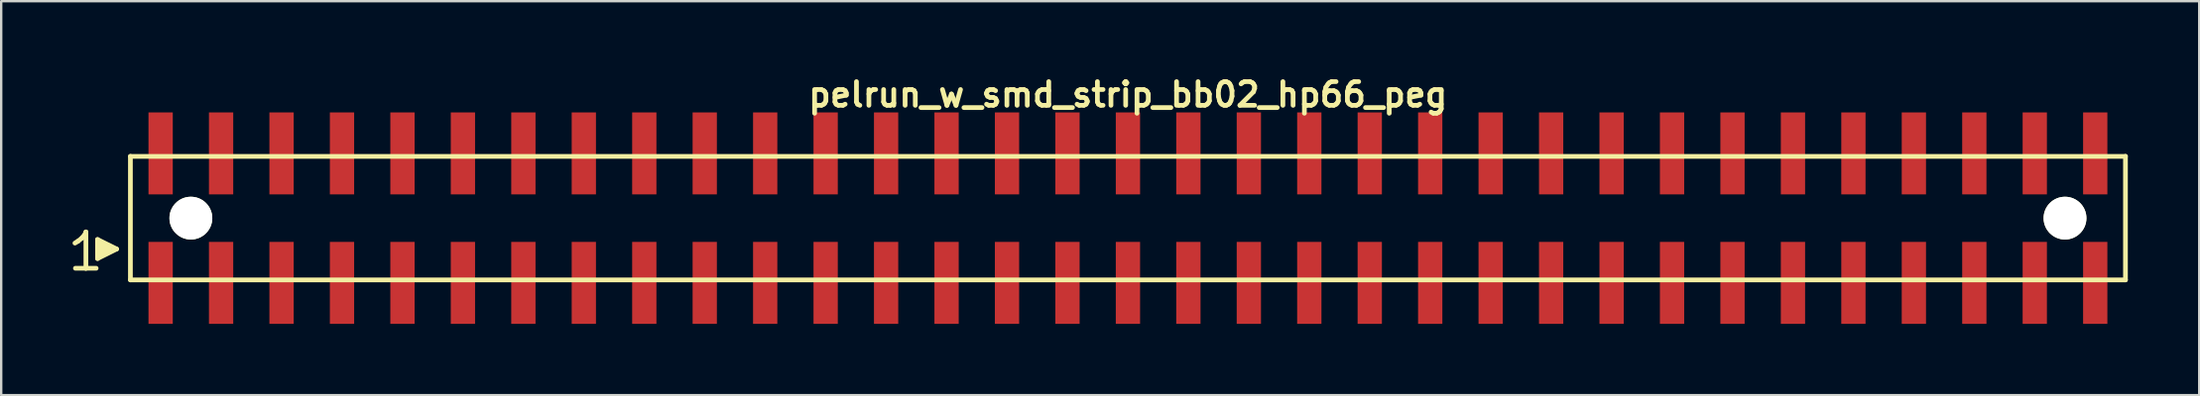
<source format=kicad_pcb>
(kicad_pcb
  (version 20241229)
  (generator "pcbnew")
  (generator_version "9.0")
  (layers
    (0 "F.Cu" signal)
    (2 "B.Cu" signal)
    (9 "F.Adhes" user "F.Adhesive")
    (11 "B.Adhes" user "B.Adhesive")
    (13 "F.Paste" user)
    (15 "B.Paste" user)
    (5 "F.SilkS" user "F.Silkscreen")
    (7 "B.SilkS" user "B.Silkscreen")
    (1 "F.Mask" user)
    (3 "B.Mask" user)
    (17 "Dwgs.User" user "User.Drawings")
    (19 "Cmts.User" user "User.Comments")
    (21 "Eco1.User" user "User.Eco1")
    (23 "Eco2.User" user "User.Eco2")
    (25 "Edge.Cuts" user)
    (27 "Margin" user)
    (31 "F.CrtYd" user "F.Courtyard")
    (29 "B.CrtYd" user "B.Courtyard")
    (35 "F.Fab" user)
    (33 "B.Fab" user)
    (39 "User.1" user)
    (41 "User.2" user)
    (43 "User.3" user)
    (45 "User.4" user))
  (footprint "pelrun_w_smd_strip_bb02_hp66_peg"
    (layer "F.Cu")
    (at 44.339 6.132)
    (property "Reference" "pelrun_w_smd_strip_bb02_hp66_peg" (at 0 -5.2 0) (layer "F.SilkS") (effects (font (size 0.998 0.998) (thickness 0.198))))
    (attr through_hole)
    (fp_line (start -44.24 1.05) (end -44.11 0.97) (stroke (width 0.198) (type solid)) (layer "F.SilkS"))
    (fp_line (start -44.11 0.97) (end -43.95 0.84) (stroke (width 0.198) (type solid)) (layer "F.SilkS"))
    (fp_line (start -43.95 0.84) (end -43.81 0.67) (stroke (width 0.198) (type solid)) (layer "F.SilkS"))
    (fp_line (start -43.81 0.67) (end -43.78 0.58) (stroke (width 0.198) (type solid)) (layer "F.SilkS"))
    (fp_line (start -43.78 0.58) (end -43.78 2.11) (stroke (width 0.198) (type solid)) (layer "F.SilkS"))
    (fp_line (start -43.78 2.11) (end -44.22 2.11) (stroke (width 0.198) (type solid)) (layer "F.SilkS"))
    (fp_line (start -43.35 2.11) (end -43.79 2.11) (stroke (width 0.198) (type solid)) (layer "F.SilkS"))
    (fp_line (start -43.29 0.9) (end -42.49 1.3) (stroke (width 0.198) (type solid)) (layer "F.SilkS"))
    (fp_line (start -43.29 1.7) (end -43.29 0.9) (stroke (width 0.198) (type solid)) (layer "F.SilkS"))
    (fp_line (start -43.19 1.6) (end -43.19 1) (stroke (width 0.198) (type solid)) (layer "F.SilkS"))
    (fp_line (start -43.09 1.1) (end -43.09 1.5) (stroke (width 0.198) (type solid)) (layer "F.SilkS"))
    (fp_line (start -42.99 1.5) (end -42.99 1.1) (stroke (width 0.198) (type solid)) (layer "F.SilkS"))
    (fp_line (start -42.89 1.2) (end -42.89 1.4) (stroke (width 0.198) (type solid)) (layer "F.SilkS"))
    (fp_line (start -42.79 1.4) (end -42.79 1.2) (stroke (width 0.198) (type solid)) (layer "F.SilkS"))
    (fp_line (start -42.49 1.3) (end -43.29 1.7) (stroke (width 0.198) (type solid)) (layer "F.SilkS"))
    (fp_line (start -41.91 -2.6) (end -41.91 2.6) (stroke (width 0.198) (type solid)) (layer "F.SilkS"))
    (fp_line (start -41.91 -2.6) (end 41.91 -2.6) (stroke (width 0.198) (type solid)) (layer "F.SilkS"))
    (fp_line (start 41.91 2.6) (end -41.91 2.6) (stroke (width 0.198) (type solid)) (layer "F.SilkS"))
    (fp_line (start 41.91 2.6) (end 41.91 -2.6) (stroke (width 0.198) (type solid)) (layer "F.SilkS"))
    (pad "" np_thru_hole circle (at -39.37 0) (size 1.8 1.8) (drill 1.8) (layers "*.Cu" "*.Mask" "F.SilkS"))
    (pad "" np_thru_hole circle (at 39.37 0) (size 1.8 1.8) (drill 1.8) (layers "*.Cu" "*.Mask" "F.SilkS"))
    (pad "1" smd rect (at -40.64 2.725) (size 1.02 3.45) (layers "F.Cu" "F.Mask" "F.Paste"))
    (pad "2" smd rect (at -40.64 -2.725) (size 1.02 3.45) (layers "F.Cu" "F.Mask" "F.Paste"))
    (pad "3" smd rect (at -38.1 2.725) (size 1.02 3.45) (layers "F.Cu" "F.Mask" "F.Paste"))
    (pad "4" smd rect (at -38.1 -2.725) (size 1.02 3.45) (layers "F.Cu" "F.Mask" "F.Paste"))
    (pad "5" smd rect (at -35.56 2.725) (size 1.02 3.45) (layers "F.Cu" "F.Mask" "F.Paste"))
    (pad "6" smd rect (at -35.56 -2.725) (size 1.02 3.45) (layers "F.Cu" "F.Mask" "F.Paste"))
    (pad "7" smd rect (at -33.02 2.725) (size 1.02 3.45) (layers "F.Cu" "F.Mask" "F.Paste"))
    (pad "8" smd rect (at -33.02 -2.725) (size 1.02 3.45) (layers "F.Cu" "F.Mask" "F.Paste"))
    (pad "9" smd rect (at -30.48 2.725) (size 1.02 3.45) (layers "F.Cu" "F.Mask" "F.Paste"))
    (pad "10" smd rect (at -30.48 -2.725) (size 1.02 3.45) (layers "F.Cu" "F.Mask" "F.Paste"))
    (pad "11" smd rect (at -27.94 2.725) (size 1.02 3.45) (layers "F.Cu" "F.Mask" "F.Paste"))
    (pad "12" smd rect (at -27.94 -2.725) (size 1.02 3.45) (layers "F.Cu" "F.Mask" "F.Paste"))
    (pad "13" smd rect (at -25.4 2.725) (size 1.02 3.45) (layers "F.Cu" "F.Mask" "F.Paste"))
    (pad "14" smd rect (at -25.4 -2.725) (size 1.02 3.45) (layers "F.Cu" "F.Mask" "F.Paste"))
    (pad "15" smd rect (at -22.86 2.725) (size 1.02 3.45) (layers "F.Cu" "F.Mask" "F.Paste"))
    (pad "16" smd rect (at -22.86 -2.725) (size 1.02 3.45) (layers "F.Cu" "F.Mask" "F.Paste"))
    (pad "17" smd rect (at -20.32 2.725) (size 1.02 3.45) (layers "F.Cu" "F.Mask" "F.Paste"))
    (pad "18" smd rect (at -20.32 -2.725) (size 1.02 3.45) (layers "F.Cu" "F.Mask" "F.Paste"))
    (pad "19" smd rect (at -17.78 2.725) (size 1.02 3.45) (layers "F.Cu" "F.Mask" "F.Paste"))
    (pad "20" smd rect (at -17.78 -2.725) (size 1.02 3.45) (layers "F.Cu" "F.Mask" "F.Paste"))
    (pad "21" smd rect (at -15.24 2.725) (size 1.02 3.45) (layers "F.Cu" "F.Mask" "F.Paste"))
    (pad "22" smd rect (at -15.24 -2.725) (size 1.02 3.45) (layers "F.Cu" "F.Mask" "F.Paste"))
    (pad "23" smd rect (at -12.7 2.725) (size 1.02 3.45) (layers "F.Cu" "F.Mask" "F.Paste"))
    (pad "24" smd rect (at -12.7 -2.725) (size 1.02 3.45) (layers "F.Cu" "F.Mask" "F.Paste"))
    (pad "25" smd rect (at -10.16 2.725) (size 1.02 3.45) (layers "F.Cu" "F.Mask" "F.Paste"))
    (pad "26" smd rect (at -10.16 -2.725) (size 1.02 3.45) (layers "F.Cu" "F.Mask" "F.Paste"))
    (pad "27" smd rect (at -7.62 2.725) (size 1.02 3.45) (layers "F.Cu" "F.Mask" "F.Paste"))
    (pad "28" smd rect (at -7.62 -2.725) (size 1.02 3.45) (layers "F.Cu" "F.Mask" "F.Paste"))
    (pad "29" smd rect (at -5.08 2.725) (size 1.02 3.45) (layers "F.Cu" "F.Mask" "F.Paste"))
    (pad "30" smd rect (at -5.08 -2.725) (size 1.02 3.45) (layers "F.Cu" "F.Mask" "F.Paste"))
    (pad "31" smd rect (at -2.54 2.725) (size 1.02 3.45) (layers "F.Cu" "F.Mask" "F.Paste"))
    (pad "32" smd rect (at -2.54 -2.725) (size 1.02 3.45) (layers "F.Cu" "F.Mask" "F.Paste"))
    (pad "33" smd rect (at 0 2.725) (size 1.02 3.45) (layers "F.Cu" "F.Mask" "F.Paste"))
    (pad "34" smd rect (at 0 -2.725) (size 1.02 3.45) (layers "F.Cu" "F.Mask" "F.Paste"))
    (pad "35" smd rect (at 2.54 2.725) (size 1.02 3.45) (layers "F.Cu" "F.Mask" "F.Paste"))
    (pad "36" smd rect (at 2.54 -2.725) (size 1.02 3.45) (layers "F.Cu" "F.Mask" "F.Paste"))
    (pad "37" smd rect (at 5.08 2.725) (size 1.02 3.45) (layers "F.Cu" "F.Mask" "F.Paste"))
    (pad "38" smd rect (at 5.08 -2.725) (size 1.02 3.45) (layers "F.Cu" "F.Mask" "F.Paste"))
    (pad "39" smd rect (at 7.62 2.725) (size 1.02 3.45) (layers "F.Cu" "F.Mask" "F.Paste"))
    (pad "40" smd rect (at 7.62 -2.725) (size 1.02 3.45) (layers "F.Cu" "F.Mask" "F.Paste"))
    (pad "41" smd rect (at 10.16 2.725) (size 1.02 3.45) (layers "F.Cu" "F.Mask" "F.Paste"))
    (pad "42" smd rect (at 10.16 -2.725) (size 1.02 3.45) (layers "F.Cu" "F.Mask" "F.Paste"))
    (pad "43" smd rect (at 12.7 2.725) (size 1.02 3.45) (layers "F.Cu" "F.Mask" "F.Paste"))
    (pad "44" smd rect (at 12.7 -2.725) (size 1.02 3.45) (layers "F.Cu" "F.Mask" "F.Paste"))
    (pad "45" smd rect (at 15.24 2.725) (size 1.02 3.45) (layers "F.Cu" "F.Mask" "F.Paste"))
    (pad "46" smd rect (at 15.24 -2.725) (size 1.02 3.45) (layers "F.Cu" "F.Mask" "F.Paste"))
    (pad "47" smd rect (at 17.78 2.725) (size 1.02 3.45) (layers "F.Cu" "F.Mask" "F.Paste"))
    (pad "48" smd rect (at 17.78 -2.725) (size 1.02 3.45) (layers "F.Cu" "F.Mask" "F.Paste"))
    (pad "49" smd rect (at 20.32 2.725) (size 1.02 3.45) (layers "F.Cu" "F.Mask" "F.Paste"))
    (pad "50" smd rect (at 20.32 -2.725) (size 1.02 3.45) (layers "F.Cu" "F.Mask" "F.Paste"))
    (pad "51" smd rect (at 22.86 2.725) (size 1.02 3.45) (layers "F.Cu" "F.Mask" "F.Paste"))
    (pad "52" smd rect (at 22.86 -2.725) (size 1.02 3.45) (layers "F.Cu" "F.Mask" "F.Paste"))
    (pad "53" smd rect (at 25.4 2.725) (size 1.02 3.45) (layers "F.Cu" "F.Mask" "F.Paste"))
    (pad "54" smd rect (at 25.4 -2.725) (size 1.02 3.45) (layers "F.Cu" "F.Mask" "F.Paste"))
    (pad "55" smd rect (at 27.94 2.725) (size 1.02 3.45) (layers "F.Cu" "F.Mask" "F.Paste"))
    (pad "56" smd rect (at 27.94 -2.725) (size 1.02 3.45) (layers "F.Cu" "F.Mask" "F.Paste"))
    (pad "57" smd rect (at 30.48 2.725) (size 1.02 3.45) (layers "F.Cu" "F.Mask" "F.Paste"))
    (pad "58" smd rect (at 30.48 -2.725) (size 1.02 3.45) (layers "F.Cu" "F.Mask" "F.Paste"))
    (pad "59" smd rect (at 33.02 2.725) (size 1.02 3.45) (layers "F.Cu" "F.Mask" "F.Paste"))
    (pad "60" smd rect (at 33.02 -2.725) (size 1.02 3.45) (layers "F.Cu" "F.Mask" "F.Paste"))
    (pad "61" smd rect (at 35.56 2.725) (size 1.02 3.45) (layers "F.Cu" "F.Mask" "F.Paste"))
    (pad "62" smd rect (at 35.56 -2.725) (size 1.02 3.45) (layers "F.Cu" "F.Mask" "F.Paste"))
    (pad "63" smd rect (at 38.1 2.725) (size 1.02 3.45) (layers "F.Cu" "F.Mask" "F.Paste"))
    (pad "64" smd rect (at 38.1 -2.725) (size 1.02 3.45) (layers "F.Cu" "F.Mask" "F.Paste"))
    (pad "65" smd rect (at 40.64 2.725) (size 1.02 3.45) (layers "F.Cu" "F.Mask" "F.Paste"))
    (pad "66" smd rect (at 40.64 -2.725) (size 1.02 3.45) (layers "F.Cu" "F.Mask" "F.Paste")))
  (gr_rect
    (start -3 -3)
    (end 89.348 13.582)
    (stroke (width 0.1) (type default))
    (fill no)
    (layer "Edge.Cuts")))
</source>
